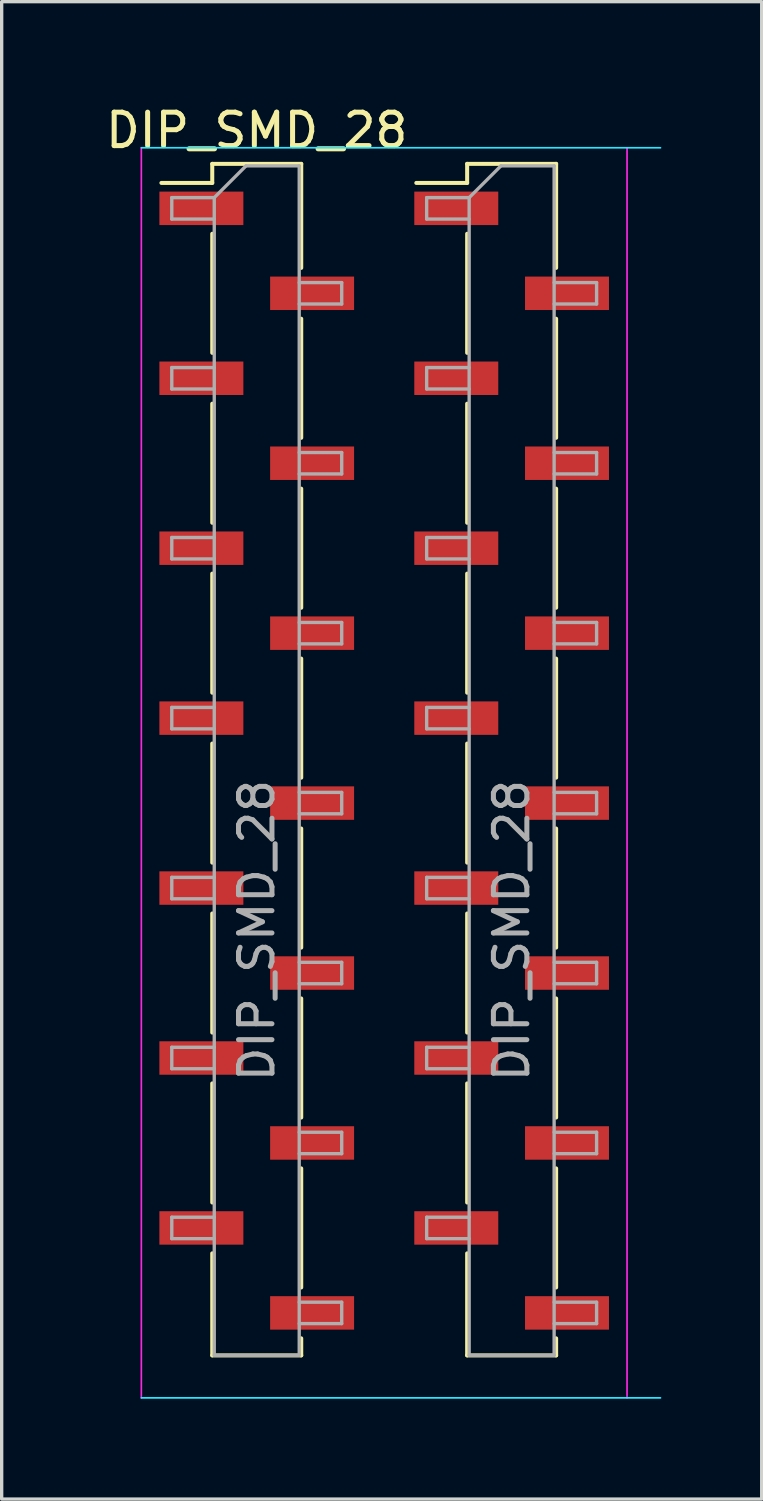
<source format=kicad_pcb>
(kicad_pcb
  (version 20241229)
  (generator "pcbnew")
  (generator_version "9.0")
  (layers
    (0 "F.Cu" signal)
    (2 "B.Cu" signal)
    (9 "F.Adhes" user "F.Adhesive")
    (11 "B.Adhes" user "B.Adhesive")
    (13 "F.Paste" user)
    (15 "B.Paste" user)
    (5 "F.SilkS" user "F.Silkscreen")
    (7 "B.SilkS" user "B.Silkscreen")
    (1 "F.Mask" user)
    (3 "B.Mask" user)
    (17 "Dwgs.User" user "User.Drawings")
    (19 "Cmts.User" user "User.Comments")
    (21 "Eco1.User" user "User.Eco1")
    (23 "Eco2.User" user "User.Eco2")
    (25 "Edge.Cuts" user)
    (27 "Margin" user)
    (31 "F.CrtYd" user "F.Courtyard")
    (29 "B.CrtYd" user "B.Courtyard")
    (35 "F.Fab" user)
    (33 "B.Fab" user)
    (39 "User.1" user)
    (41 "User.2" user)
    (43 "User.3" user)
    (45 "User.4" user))
  (footprint "DIP_SMD_28"
    (layer "F.Cu")
    (at 4.625 24.768)
    (property "Reference" "DIP_SMD_28" (at 0 -23.92 0) (layer "F.SilkS") (effects (font (size 1 1) (thickness 0.15))))
    (attr smd)
    (fp_line (start -1.33 -22.92) (end -1.33 -22.35) (stroke (width 0.12) (type solid)) (layer "F.SilkS"))
    (fp_line (start -1.33 -22.92) (end 1.33 -22.92) (stroke (width 0.12) (type solid)) (layer "F.SilkS"))
    (fp_line (start -1.33 -22.35) (end -2.85 -22.35) (stroke (width 0.12) (type solid)) (layer "F.SilkS"))
    (fp_line (start -1.33 -20.83) (end -1.33 -17.27) (stroke (width 0.12) (type solid)) (layer "F.SilkS"))
    (fp_line (start -1.33 -15.75) (end -1.33 -12.19) (stroke (width 0.12) (type solid)) (layer "F.SilkS"))
    (fp_line (start -1.33 -10.67) (end -1.33 -7.11) (stroke (width 0.12) (type solid)) (layer "F.SilkS"))
    (fp_line (start -1.33 -5.59) (end -1.33 -2.03) (stroke (width 0.12) (type solid)) (layer "F.SilkS"))
    (fp_line (start -1.33 -0.51) (end -1.33 3.05) (stroke (width 0.12) (type solid)) (layer "F.SilkS"))
    (fp_line (start -1.33 4.57) (end -1.33 8.13) (stroke (width 0.12) (type solid)) (layer "F.SilkS"))
    (fp_line (start -1.33 9.65) (end -1.33 12.7) (stroke (width 0.12) (type solid)) (layer "F.SilkS"))
    (fp_line (start -1.33 12.7) (end 1.33 12.7) (stroke (width 0.12) (type solid)) (layer "F.SilkS"))
    (fp_line (start 1.33 -22.92) (end 1.33 -19.81) (stroke (width 0.12) (type solid)) (layer "F.SilkS"))
    (fp_line (start 1.33 -18.29) (end 1.33 -14.73) (stroke (width 0.12) (type solid)) (layer "F.SilkS"))
    (fp_line (start 1.33 -13.21) (end 1.33 -9.65) (stroke (width 0.12) (type solid)) (layer "F.SilkS"))
    (fp_line (start 1.33 -8.13) (end 1.33 -4.57) (stroke (width 0.12) (type solid)) (layer "F.SilkS"))
    (fp_line (start 1.33 -3.05) (end 1.33 0.51) (stroke (width 0.12) (type solid)) (layer "F.SilkS"))
    (fp_line (start 1.33 2.03) (end 1.33 5.59) (stroke (width 0.12) (type solid)) (layer "F.SilkS"))
    (fp_line (start 1.33 7.11) (end 1.33 10.67) (stroke (width 0.12) (type solid)) (layer "F.SilkS"))
    (fp_line (start 1.33 12.19) (end 1.33 12.7) (stroke (width 0.12) (type solid)) (layer "F.SilkS"))
    (fp_line (start 6.29 -22.92) (end 6.29 -22.35) (stroke (width 0.12) (type solid)) (layer "F.SilkS"))
    (fp_line (start 6.29 -22.92) (end 8.95 -22.92) (stroke (width 0.12) (type solid)) (layer "F.SilkS"))
    (fp_line (start 6.29 -22.35) (end 4.77 -22.35) (stroke (width 0.12) (type solid)) (layer "F.SilkS"))
    (fp_line (start 6.29 -20.83) (end 6.29 -17.27) (stroke (width 0.12) (type solid)) (layer "F.SilkS"))
    (fp_line (start 6.29 -15.75) (end 6.29 -12.19) (stroke (width 0.12) (type solid)) (layer "F.SilkS"))
    (fp_line (start 6.29 -10.67) (end 6.29 -7.11) (stroke (width 0.12) (type solid)) (layer "F.SilkS"))
    (fp_line (start 6.29 -5.59) (end 6.29 -2.03) (stroke (width 0.12) (type solid)) (layer "F.SilkS"))
    (fp_line (start 6.29 -0.51) (end 6.29 3.05) (stroke (width 0.12) (type solid)) (layer "F.SilkS"))
    (fp_line (start 6.29 4.57) (end 6.29 8.13) (stroke (width 0.12) (type solid)) (layer "F.SilkS"))
    (fp_line (start 6.29 9.65) (end 6.29 12.7) (stroke (width 0.12) (type solid)) (layer "F.SilkS"))
    (fp_line (start 8.95 -22.92) (end 8.95 -19.81) (stroke (width 0.12) (type solid)) (layer "F.SilkS"))
    (fp_line (start 8.95 -18.29) (end 8.95 -14.73) (stroke (width 0.12) (type solid)) (layer "F.SilkS"))
    (fp_line (start 8.95 -13.21) (end 8.95 -9.65) (stroke (width 0.12) (type solid)) (layer "F.SilkS"))
    (fp_line (start 8.95 -8.13) (end 8.95 -4.57) (stroke (width 0.12) (type solid)) (layer "F.SilkS"))
    (fp_line (start 8.95 -3.05) (end 8.95 0.51) (stroke (width 0.12) (type solid)) (layer "F.SilkS"))
    (fp_line (start 8.95 2.03) (end 8.95 5.59) (stroke (width 0.12) (type solid)) (layer "F.SilkS"))
    (fp_line (start 8.95 7.11) (end 8.95 10.67) (stroke (width 0.12) (type solid)) (layer "F.SilkS"))
    (fp_line (start 8.95 12.19) (end 8.95 12.7) (stroke (width 0.12) (type solid)) (layer "F.SilkS"))
    (fp_line (start 8.95 12.7) (end 6.29 12.7) (stroke (width 0.12) (type solid)) (layer "F.SilkS"))
    (fp_line (start -3.45 -23.4) (end 12.07 -23.4) (stroke (width 0.05) (type solid)) (layer "B.CrtYd"))
    (fp_line (start -3.45 13.97) (end 12.07 13.97) (stroke (width 0.05) (type solid)) (layer "B.CrtYd"))
    (fp_line (start -3.45 -23.4) (end -3.45 13.97) (stroke (width 0.05) (type solid)) (layer "F.CrtYd"))
    (fp_line (start 11.07 13.97) (end 11.07 -23.4) (stroke (width 0.05) (type solid)) (layer "F.CrtYd"))
    (fp_line (start -2.54 -21.91) (end -2.54 -21.27) (stroke (width 0.1) (type solid)) (layer "F.Fab"))
    (fp_line (start -2.54 -21.27) (end -1.27 -21.27) (stroke (width 0.1) (type solid)) (layer "F.Fab"))
    (fp_line (start -2.54 -16.83) (end -2.54 -16.19) (stroke (width 0.1) (type solid)) (layer "F.Fab"))
    (fp_line (start -2.54 -16.19) (end -1.27 -16.19) (stroke (width 0.1) (type solid)) (layer "F.Fab"))
    (fp_line (start -2.54 -11.75) (end -2.54 -11.11) (stroke (width 0.1) (type solid)) (layer "F.Fab"))
    (fp_line (start -2.54 -11.11) (end -1.27 -11.11) (stroke (width 0.1) (type solid)) (layer "F.Fab"))
    (fp_line (start -2.54 -6.67) (end -2.54 -6.03) (stroke (width 0.1) (type solid)) (layer "F.Fab"))
    (fp_line (start -2.54 -6.03) (end -1.27 -6.03) (stroke (width 0.1) (type solid)) (layer "F.Fab"))
    (fp_line (start -2.54 -1.59) (end -2.54 -0.95) (stroke (width 0.1) (type solid)) (layer "F.Fab"))
    (fp_line (start -2.54 -0.95) (end -1.27 -0.95) (stroke (width 0.1) (type solid)) (layer "F.Fab"))
    (fp_line (start -2.54 3.49) (end -2.54 4.13) (stroke (width 0.1) (type solid)) (layer "F.Fab"))
    (fp_line (start -2.54 4.13) (end -1.27 4.13) (stroke (width 0.1) (type solid)) (layer "F.Fab"))
    (fp_line (start -2.54 8.57) (end -2.54 9.21) (stroke (width 0.1) (type solid)) (layer "F.Fab"))
    (fp_line (start -2.54 9.21) (end -1.27 9.21) (stroke (width 0.1) (type solid)) (layer "F.Fab"))
    (fp_line (start -1.27 -21.91) (end -2.54 -21.91) (stroke (width 0.1) (type solid)) (layer "F.Fab"))
    (fp_line (start -1.27 -21.91) (end -0.32 -22.86) (stroke (width 0.1) (type solid)) (layer "F.Fab"))
    (fp_line (start -1.27 -16.83) (end -2.54 -16.83) (stroke (width 0.1) (type solid)) (layer "F.Fab"))
    (fp_line (start -1.27 -11.75) (end -2.54 -11.75) (stroke (width 0.1) (type solid)) (layer "F.Fab"))
    (fp_line (start -1.27 -6.67) (end -2.54 -6.67) (stroke (width 0.1) (type solid)) (layer "F.Fab"))
    (fp_line (start -1.27 -1.59) (end -2.54 -1.59) (stroke (width 0.1) (type solid)) (layer "F.Fab"))
    (fp_line (start -1.27 3.49) (end -2.54 3.49) (stroke (width 0.1) (type solid)) (layer "F.Fab"))
    (fp_line (start -1.27 8.57) (end -2.54 8.57) (stroke (width 0.1) (type solid)) (layer "F.Fab"))
    (fp_line (start -1.27 12.7) (end -1.27 -21.91) (stroke (width 0.1) (type solid)) (layer "F.Fab"))
    (fp_line (start -0.32 -22.86) (end 1.27 -22.86) (stroke (width 0.1) (type solid)) (layer "F.Fab"))
    (fp_line (start 1.27 -22.86) (end 1.27 12.7) (stroke (width 0.1) (type solid)) (layer "F.Fab"))
    (fp_line (start 1.27 -19.37) (end 2.54 -19.37) (stroke (width 0.1) (type solid)) (layer "F.Fab"))
    (fp_line (start 1.27 -14.29) (end 2.54 -14.29) (stroke (width 0.1) (type solid)) (layer "F.Fab"))
    (fp_line (start 1.27 -9.21) (end 2.54 -9.21) (stroke (width 0.1) (type solid)) (layer "F.Fab"))
    (fp_line (start 1.27 -4.13) (end 2.54 -4.13) (stroke (width 0.1) (type solid)) (layer "F.Fab"))
    (fp_line (start 1.27 0.95) (end 2.54 0.95) (stroke (width 0.1) (type solid)) (layer "F.Fab"))
    (fp_line (start 1.27 6.03) (end 2.54 6.03) (stroke (width 0.1) (type solid)) (layer "F.Fab"))
    (fp_line (start 1.27 11.11) (end 2.54 11.11) (stroke (width 0.1) (type solid)) (layer "F.Fab"))
    (fp_line (start 1.27 12.7) (end -1.27 12.7) (stroke (width 0.1) (type solid)) (layer "F.Fab"))
    (fp_line (start 2.54 -19.37) (end 2.54 -18.73) (stroke (width 0.1) (type solid)) (layer "F.Fab"))
    (fp_line (start 2.54 -18.73) (end 1.27 -18.73) (stroke (width 0.1) (type solid)) (layer "F.Fab"))
    (fp_line (start 2.54 -14.29) (end 2.54 -13.65) (stroke (width 0.1) (type solid)) (layer "F.Fab"))
    (fp_line (start 2.54 -13.65) (end 1.27 -13.65) (stroke (width 0.1) (type solid)) (layer "F.Fab"))
    (fp_line (start 2.54 -9.21) (end 2.54 -8.57) (stroke (width 0.1) (type solid)) (layer "F.Fab"))
    (fp_line (start 2.54 -8.57) (end 1.27 -8.57) (stroke (width 0.1) (type solid)) (layer "F.Fab"))
    (fp_line (start 2.54 -4.13) (end 2.54 -3.49) (stroke (width 0.1) (type solid)) (layer "F.Fab"))
    (fp_line (start 2.54 -3.49) (end 1.27 -3.49) (stroke (width 0.1) (type solid)) (layer "F.Fab"))
    (fp_line (start 2.54 0.95) (end 2.54 1.59) (stroke (width 0.1) (type solid)) (layer "F.Fab"))
    (fp_line (start 2.54 1.59) (end 1.27 1.59) (stroke (width 0.1) (type solid)) (layer "F.Fab"))
    (fp_line (start 2.54 6.03) (end 2.54 6.67) (stroke (width 0.1) (type solid)) (layer "F.Fab"))
    (fp_line (start 2.54 6.67) (end 1.27 6.67) (stroke (width 0.1) (type solid)) (layer "F.Fab"))
    (fp_line (start 2.54 11.11) (end 2.54 11.75) (stroke (width 0.1) (type solid)) (layer "F.Fab"))
    (fp_line (start 2.54 11.75) (end 1.27 11.75) (stroke (width 0.1) (type solid)) (layer "F.Fab"))
    (fp_line (start 5.08 -21.91) (end 5.08 -21.27) (stroke (width 0.1) (type solid)) (layer "F.Fab"))
    (fp_line (start 5.08 -21.27) (end 6.35 -21.27) (stroke (width 0.1) (type solid)) (layer "F.Fab"))
    (fp_line (start 5.08 -16.83) (end 5.08 -16.19) (stroke (width 0.1) (type solid)) (layer "F.Fab"))
    (fp_line (start 5.08 -16.19) (end 6.35 -16.19) (stroke (width 0.1) (type solid)) (layer "F.Fab"))
    (fp_line (start 5.08 -11.75) (end 5.08 -11.11) (stroke (width 0.1) (type solid)) (layer "F.Fab"))
    (fp_line (start 5.08 -11.11) (end 6.35 -11.11) (stroke (width 0.1) (type solid)) (layer "F.Fab"))
    (fp_line (start 5.08 -6.67) (end 5.08 -6.03) (stroke (width 0.1) (type solid)) (layer "F.Fab"))
    (fp_line (start 5.08 -6.03) (end 6.35 -6.03) (stroke (width 0.1) (type solid)) (layer "F.Fab"))
    (fp_line (start 5.08 -1.59) (end 5.08 -0.95) (stroke (width 0.1) (type solid)) (layer "F.Fab"))
    (fp_line (start 5.08 -0.95) (end 6.35 -0.95) (stroke (width 0.1) (type solid)) (layer "F.Fab"))
    (fp_line (start 5.08 3.49) (end 5.08 4.13) (stroke (width 0.1) (type solid)) (layer "F.Fab"))
    (fp_line (start 5.08 4.13) (end 6.35 4.13) (stroke (width 0.1) (type solid)) (layer "F.Fab"))
    (fp_line (start 5.08 8.57) (end 5.08 9.21) (stroke (width 0.1) (type solid)) (layer "F.Fab"))
    (fp_line (start 5.08 9.21) (end 6.35 9.21) (stroke (width 0.1) (type solid)) (layer "F.Fab"))
    (fp_line (start 6.35 -21.91) (end 5.08 -21.91) (stroke (width 0.1) (type solid)) (layer "F.Fab"))
    (fp_line (start 6.35 -21.91) (end 7.3 -22.86) (stroke (width 0.1) (type solid)) (layer "F.Fab"))
    (fp_line (start 6.35 -16.83) (end 5.08 -16.83) (stroke (width 0.1) (type solid)) (layer "F.Fab"))
    (fp_line (start 6.35 -11.75) (end 5.08 -11.75) (stroke (width 0.1) (type solid)) (layer "F.Fab"))
    (fp_line (start 6.35 -6.67) (end 5.08 -6.67) (stroke (width 0.1) (type solid)) (layer "F.Fab"))
    (fp_line (start 6.35 -1.59) (end 5.08 -1.59) (stroke (width 0.1) (type solid)) (layer "F.Fab"))
    (fp_line (start 6.35 3.49) (end 5.08 3.49) (stroke (width 0.1) (type solid)) (layer "F.Fab"))
    (fp_line (start 6.35 8.57) (end 5.08 8.57) (stroke (width 0.1) (type solid)) (layer "F.Fab"))
    (fp_line (start 6.35 12.7) (end 6.35 -21.91) (stroke (width 0.1) (type solid)) (layer "F.Fab"))
    (fp_line (start 7.3 -22.86) (end 8.89 -22.86) (stroke (width 0.1) (type solid)) (layer "F.Fab"))
    (fp_line (start 8.89 -22.86) (end 8.89 12.7) (stroke (width 0.1) (type solid)) (layer "F.Fab"))
    (fp_line (start 8.89 -19.37) (end 10.16 -19.37) (stroke (width 0.1) (type solid)) (layer "F.Fab"))
    (fp_line (start 8.89 -14.29) (end 10.16 -14.29) (stroke (width 0.1) (type solid)) (layer "F.Fab"))
    (fp_line (start 8.89 -9.21) (end 10.16 -9.21) (stroke (width 0.1) (type solid)) (layer "F.Fab"))
    (fp_line (start 8.89 -4.13) (end 10.16 -4.13) (stroke (width 0.1) (type solid)) (layer "F.Fab"))
    (fp_line (start 8.89 0.95) (end 10.16 0.95) (stroke (width 0.1) (type solid)) (layer "F.Fab"))
    (fp_line (start 8.89 6.03) (end 10.16 6.03) (stroke (width 0.1) (type solid)) (layer "F.Fab"))
    (fp_line (start 8.89 11.11) (end 10.16 11.11) (stroke (width 0.1) (type solid)) (layer "F.Fab"))
    (fp_line (start 8.89 12.7) (end 6.35 12.7) (stroke (width 0.1) (type solid)) (layer "F.Fab"))
    (fp_line (start 10.16 -19.37) (end 10.16 -18.73) (stroke (width 0.1) (type solid)) (layer "F.Fab"))
    (fp_line (start 10.16 -18.73) (end 8.89 -18.73) (stroke (width 0.1) (type solid)) (layer "F.Fab"))
    (fp_line (start 10.16 -14.29) (end 10.16 -13.65) (stroke (width 0.1) (type solid)) (layer "F.Fab"))
    (fp_line (start 10.16 -13.65) (end 8.89 -13.65) (stroke (width 0.1) (type solid)) (layer "F.Fab"))
    (fp_line (start 10.16 -9.21) (end 10.16 -8.57) (stroke (width 0.1) (type solid)) (layer "F.Fab"))
    (fp_line (start 10.16 -8.57) (end 8.89 -8.57) (stroke (width 0.1) (type solid)) (layer "F.Fab"))
    (fp_line (start 10.16 -4.13) (end 10.16 -3.49) (stroke (width 0.1) (type solid)) (layer "F.Fab"))
    (fp_line (start 10.16 -3.49) (end 8.89 -3.49) (stroke (width 0.1) (type solid)) (layer "F.Fab"))
    (fp_line (start 10.16 0.95) (end 10.16 1.59) (stroke (width 0.1) (type solid)) (layer "F.Fab"))
    (fp_line (start 10.16 1.59) (end 8.89 1.59) (stroke (width 0.1) (type solid)) (layer "F.Fab"))
    (fp_line (start 10.16 6.03) (end 10.16 6.67) (stroke (width 0.1) (type solid)) (layer "F.Fab"))
    (fp_line (start 10.16 6.67) (end 8.89 6.67) (stroke (width 0.1) (type solid)) (layer "F.Fab"))
    (fp_line (start 10.16 11.11) (end 10.16 11.75) (stroke (width 0.1) (type solid)) (layer "F.Fab"))
    (fp_line (start 10.16 11.75) (end 8.89 11.75) (stroke (width 0.1) (type solid)) (layer "F.Fab"))
    (fp_text user "${REFERENCE}" (at 0 0 90) (layer "F.Fab") (effects (font (size 1 1) (thickness 0.15))))
    (fp_text user "${REFERENCE}" (at 7.62 0 90) (layer "F.Fab") (effects (font (size 1 1) (thickness 0.15))))
    (pad "1" smd rect (at -1.655 -21.59) (size 2.51 1) (layers "F.Cu" "F.Mask" "F.Paste"))
    (pad "2" smd rect (at 1.655 -19.05) (size 2.51 1) (layers "F.Cu" "F.Mask" "F.Paste"))
    (pad "3" smd rect (at -1.655 -16.51) (size 2.51 1) (layers "F.Cu" "F.Mask" "F.Paste"))
    (pad "4" smd rect (at 1.655 -13.97) (size 2.51 1) (layers "F.Cu" "F.Mask" "F.Paste"))
    (pad "5" smd rect (at -1.655 -11.43) (size 2.51 1) (layers "F.Cu" "F.Mask" "F.Paste"))
    (pad "6" smd rect (at 1.655 -8.89) (size 2.51 1) (layers "F.Cu" "F.Mask" "F.Paste"))
    (pad "7" smd rect (at -1.655 -6.35) (size 2.51 1) (layers "F.Cu" "F.Mask" "F.Paste"))
    (pad "8" smd rect (at 1.655 -3.81) (size 2.51 1) (layers "F.Cu" "F.Mask" "F.Paste"))
    (pad "9" smd rect (at -1.655 -1.27) (size 2.51 1) (layers "F.Cu" "F.Mask" "F.Paste"))
    (pad "10" smd rect (at 1.655 1.27) (size 2.51 1) (layers "F.Cu" "F.Mask" "F.Paste"))
    (pad "11" smd rect (at -1.655 3.81) (size 2.51 1) (layers "F.Cu" "F.Mask" "F.Paste"))
    (pad "12" smd rect (at 1.655 6.35) (size 2.51 1) (layers "F.Cu" "F.Mask" "F.Paste"))
    (pad "13" smd rect (at -1.655 8.89) (size 2.51 1) (layers "F.Cu" "F.Mask" "F.Paste"))
    (pad "14" smd rect (at 1.655 11.43) (size 2.51 1) (layers "F.Cu" "F.Mask" "F.Paste"))
    (pad "15" smd rect (at 9.275 11.43) (size 2.51 1) (layers "F.Cu" "F.Mask" "F.Paste"))
    (pad "16" smd rect (at 5.965 8.89) (size 2.51 1) (layers "F.Cu" "F.Mask" "F.Paste"))
    (pad "17" smd rect (at 9.275 6.35) (size 2.51 1) (layers "F.Cu" "F.Mask" "F.Paste"))
    (pad "18" smd rect (at 5.965 3.81) (size 2.51 1) (layers "F.Cu" "F.Mask" "F.Paste"))
    (pad "19" smd rect (at 9.275 1.27) (size 2.51 1) (layers "F.Cu" "F.Mask" "F.Paste"))
    (pad "20" smd rect (at 5.965 -1.27) (size 2.51 1) (layers "F.Cu" "F.Mask" "F.Paste"))
    (pad "21" smd rect (at 9.275 -3.81) (size 2.51 1) (layers "F.Cu" "F.Mask" "F.Paste"))
    (pad "22" smd rect (at 5.965 -6.35) (size 2.51 1) (layers "F.Cu" "F.Mask" "F.Paste"))
    (pad "23" smd rect (at 9.275 -8.89) (size 2.51 1) (layers "F.Cu" "F.Mask" "F.Paste"))
    (pad "24" smd rect (at 5.965 -11.43) (size 2.51 1) (layers "F.Cu" "F.Mask" "F.Paste"))
    (pad "25" smd rect (at 9.275 -13.97) (size 2.51 1) (layers "F.Cu" "F.Mask" "F.Paste"))
    (pad "26" smd rect (at 5.965 -16.51) (size 2.51 1) (layers "F.Cu" "F.Mask" "F.Paste"))
    (pad "27" smd rect (at 9.275 -19.05) (size 2.51 1) (layers "F.Cu" "F.Mask" "F.Paste"))
    (pad "28" smd rect (at 5.965 -21.59) (size 2.51 1) (layers "F.Cu" "F.Mask" "F.Paste")))
  (gr_rect
    (start -3 -3)
    (end 19.72 41.763)
    (stroke (width 0.1) (type default))
    (fill no)
    (layer "Edge.Cuts")))
</source>
